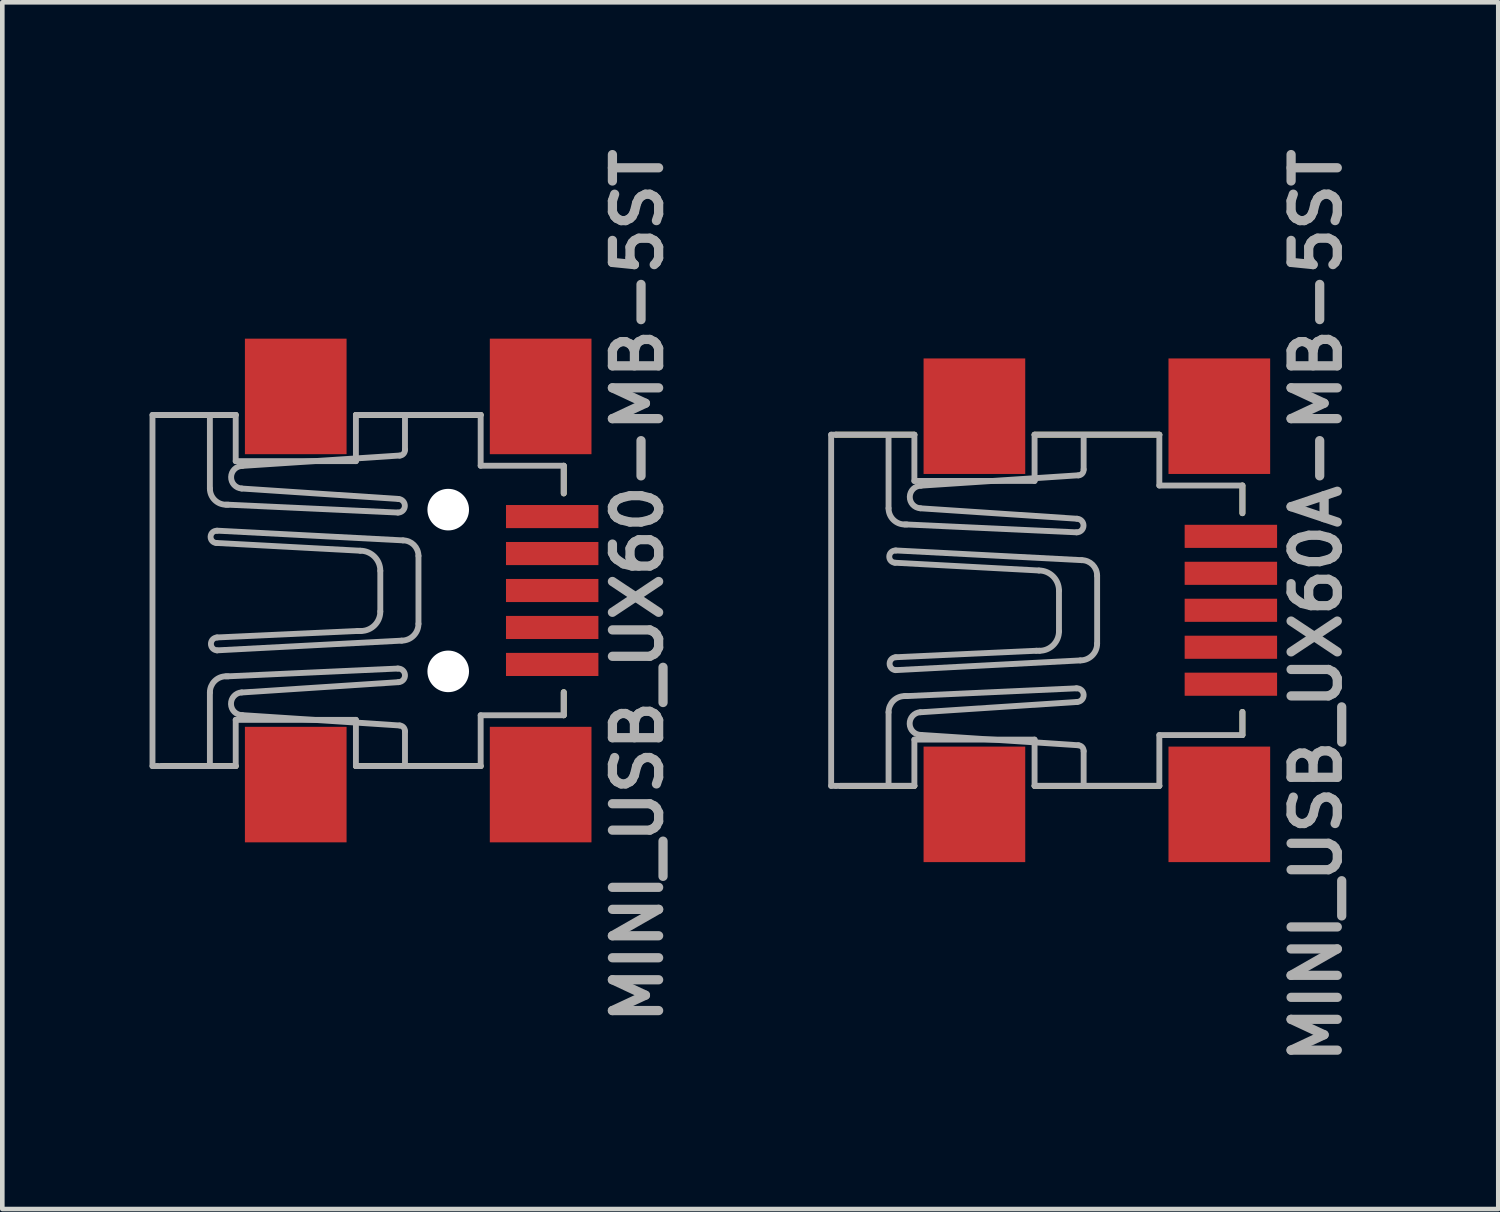
<source format=kicad_pcb>
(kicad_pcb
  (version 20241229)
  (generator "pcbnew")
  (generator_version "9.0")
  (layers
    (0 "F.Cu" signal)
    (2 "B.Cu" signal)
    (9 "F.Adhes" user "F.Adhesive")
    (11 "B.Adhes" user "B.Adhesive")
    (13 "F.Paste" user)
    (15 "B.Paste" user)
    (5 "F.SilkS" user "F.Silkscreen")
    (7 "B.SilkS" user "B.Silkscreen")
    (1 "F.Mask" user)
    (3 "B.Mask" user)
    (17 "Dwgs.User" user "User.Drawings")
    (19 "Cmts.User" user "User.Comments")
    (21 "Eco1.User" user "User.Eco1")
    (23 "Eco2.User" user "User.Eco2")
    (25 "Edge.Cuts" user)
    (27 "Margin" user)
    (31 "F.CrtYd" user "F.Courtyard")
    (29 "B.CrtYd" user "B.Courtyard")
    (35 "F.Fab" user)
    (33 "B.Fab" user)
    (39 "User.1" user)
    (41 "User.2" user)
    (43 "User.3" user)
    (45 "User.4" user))
  (footprint "MINI_USB_UX60-MB-5ST"
    (layer "F.Cu")
    (at 0.25 9.729)
    (property "Reference" "MINI_USB_UX60-MB-5ST" (at 10.501 -0.1 90) (layer "F.Fab") (effects (font (size 1 1) (thickness 0.2))))
    (attr smd)
    (fp_line (start 0.102 -3.8) (end 1.801 -3.8) (stroke (width 0.127) (type solid)) (layer "F.SilkS"))
    (fp_line (start 1.801 3.8) (end 0.201 3.8) (stroke (width 0.127) (type solid)) (layer "F.SilkS"))
    (fp_line (start 4.402 -3.8) (end 7.102 -3.8) (stroke (width 0.127) (type solid)) (layer "F.SilkS"))
    (fp_line (start 7.102 3.8) (end 4.402 3.8) (stroke (width 0.127) (type solid)) (layer "F.SilkS"))
    (fp_line (start 8.9 -2.7) (end 8.9 -2.101) (stroke (width 0.127) (type solid)) (layer "F.SilkS"))
    (fp_line (start 8.9 2.2) (end 8.9 2.7) (stroke (width 0.127) (type solid)) (layer "F.SilkS"))
    (fp_line (start 0 -3.8) (end 0 3.8) (stroke (width 0.127) (type solid)) (layer "F.Fab"))
    (fp_line (start 0 3.8) (end 0.102 3.8) (stroke (width 0.127) (type solid)) (layer "F.Fab"))
    (fp_line (start 0.102 -3.8) (end 0 -3.8) (stroke (width 0.127) (type solid)) (layer "F.Fab"))
    (fp_line (start 0.102 -3.8) (end 1.801 -3.8) (stroke (width 0.127) (type solid)) (layer "F.Fab"))
    (fp_line (start 0.201 3.8) (end 0.102 3.8) (stroke (width 0.127) (type solid)) (layer "F.Fab"))
    (fp_line (start 1.242 -3.749) (end 1.242 -2.207) (stroke (width 0.127) (type solid)) (layer "F.Fab"))
    (fp_line (start 1.242 3.749) (end 1.242 2.207) (stroke (width 0.127) (type solid)) (layer "F.Fab"))
    (fp_line (start 1.382 -1.029) (end 4.496 -0.861) (stroke (width 0.127) (type solid)) (layer "F.Fab"))
    (fp_line (start 1.397 1.295) (end 5.392 1.085) (stroke (width 0.127) (type solid)) (layer "F.Fab"))
    (fp_line (start 1.593 -1.857) (end 1.636 -1.857) (stroke (width 0.127) (type solid)) (layer "F.Fab"))
    (fp_line (start 1.593 1.857) (end 1.636 1.857) (stroke (width 0.127) (type solid)) (layer "F.Fab"))
    (fp_line (start 1.636 -1.857) (end 5.309 -1.687) (stroke (width 0.127) (type solid)) (layer "F.Fab"))
    (fp_line (start 1.636 1.857) (end 5.309 1.689) (stroke (width 0.127) (type solid)) (layer "F.Fab"))
    (fp_line (start 1.801 -3.8) (end 1.801 -2.799) (stroke (width 0.127) (type solid)) (layer "F.Fab"))
    (fp_line (start 1.801 -2.799) (end 4.402 -2.799) (stroke (width 0.127) (type solid)) (layer "F.Fab"))
    (fp_line (start 1.801 2.799) (end 1.801 3.8) (stroke (width 0.127) (type solid)) (layer "F.Fab"))
    (fp_line (start 1.801 3.8) (end 0.201 3.8) (stroke (width 0.127) (type solid)) (layer "F.Fab"))
    (fp_line (start 1.943 -2.697) (end 5.349 -2.921) (stroke (width 0.127) (type solid)) (layer "F.Fab"))
    (fp_line (start 1.943 2.697) (end 5.349 2.921) (stroke (width 0.127) (type solid)) (layer "F.Fab"))
    (fp_line (start 4.402 -3.8) (end 7.102 -3.8) (stroke (width 0.127) (type solid)) (layer "F.Fab"))
    (fp_line (start 4.402 -2.799) (end 4.402 -3.8) (stroke (width 0.127) (type solid)) (layer "F.Fab"))
    (fp_line (start 4.402 2.799) (end 1.801 2.799) (stroke (width 0.127) (type solid)) (layer "F.Fab"))
    (fp_line (start 4.402 3.8) (end 4.402 2.799) (stroke (width 0.127) (type solid)) (layer "F.Fab"))
    (fp_line (start 4.44 0.876) (end 1.397 1.016) (stroke (width 0.127) (type solid)) (layer "F.Fab"))
    (fp_line (start 4.508 0.876) (end 4.44 0.876) (stroke (width 0.127) (type solid)) (layer "F.Fab"))
    (fp_line (start 4.93 -0.427) (end 4.93 0.455) (stroke (width 0.127) (type solid)) (layer "F.Fab"))
    (fp_line (start 5.321 -1.981) (end 1.93 -2.207) (stroke (width 0.127) (type solid)) (layer "F.Fab"))
    (fp_line (start 5.321 1.984) (end 1.93 2.207) (stroke (width 0.127) (type solid)) (layer "F.Fab"))
    (fp_line (start 5.42 -1.085) (end 1.397 -1.295) (stroke (width 0.127) (type solid)) (layer "F.Fab"))
    (fp_line (start 5.464 -3.048) (end 5.464 -3.749) (stroke (width 0.127) (type solid)) (layer "F.Fab"))
    (fp_line (start 5.464 3.048) (end 5.464 3.749) (stroke (width 0.127) (type solid)) (layer "F.Fab"))
    (fp_line (start 5.756 0.721) (end 5.756 -0.749) (stroke (width 0.127) (type solid)) (layer "F.Fab"))
    (fp_line (start 7.102 -3.8) (end 7.102 -2.7) (stroke (width 0.127) (type solid)) (layer "F.Fab"))
    (fp_line (start 7.102 -2.7) (end 8.9 -2.7) (stroke (width 0.127) (type solid)) (layer "F.Fab"))
    (fp_line (start 7.102 2.7) (end 7.102 3.8) (stroke (width 0.127) (type solid)) (layer "F.Fab"))
    (fp_line (start 7.102 3.8) (end 4.402 3.8) (stroke (width 0.127) (type solid)) (layer "F.Fab"))
    (fp_line (start 8.9 -2.7) (end 8.9 -2.101) (stroke (width 0.127) (type solid)) (layer "F.Fab"))
    (fp_line (start 8.9 2.2) (end 8.9 2.7) (stroke (width 0.127) (type solid)) (layer "F.Fab"))
    (fp_line (start 8.9 2.7) (end 7.102 2.7) (stroke (width 0.127) (type solid)) (layer "F.Fab"))
    (fp_arc (start 1.24206 2.20726) (mid 1.344509 1.959621) (end 1.591968 1.856741) (stroke (width 0.127) (type solid)) (layer "F.Fab"))
    (fp_arc (start 1.38176 -1.0287) (mid 1.2573 -1.1684) (end 1.397 -1.29286) (stroke (width 0.127) (type solid)) (layer "F.Fab"))
    (fp_arc (start 1.397 1.2954) (mid 1.264716 1.154669) (end 1.399059 1.015903) (stroke (width 0.127) (type solid)) (layer "F.Fab"))
    (fp_arc (start 1.59258 -1.85674) (mid 1.344725 -1.959405) (end 1.24206 -2.20726) (stroke (width 0.127) (type solid)) (layer "F.Fab"))
    (fp_arc (start 1.9304 -2.20726) (mid 1.7014 -2.457181) (end 1.942554 -2.695396) (stroke (width 0.127) (type solid)) (layer "F.Fab"))
    (fp_arc (start 1.9431 2.69748) (mid 1.699338 2.457805) (end 1.9297 2.205223) (stroke (width 0.127) (type solid)) (layer "F.Fab"))
    (fp_arc (start 4.4958 -0.86106) (mid 4.802925 -0.733845) (end 4.93014 -0.42672) (stroke (width 0.127) (type solid)) (layer "F.Fab"))
    (fp_arc (start 4.93014 0.45466) (mid 4.806645 0.752805) (end 4.5085 0.8763) (stroke (width 0.127) (type solid)) (layer "F.Fab"))
    (fp_arc (start 5.3086 1.6891) (mid 5.46352 1.828414) (end 5.324611 1.983698) (stroke (width 0.127) (type solid)) (layer "F.Fab"))
    (fp_arc (start 5.3213 -1.9812) (mid 5.463553 -1.829185) (end 5.311911 -1.686535) (stroke (width 0.127) (type solid)) (layer "F.Fab"))
    (fp_arc (start 5.34924 2.921) (mid 5.432581 2.961381) (end 5.463645 3.048624) (stroke (width 0.127) (type solid)) (layer "F.Fab"))
    (fp_arc (start 5.42036 -1.08458) (mid 5.657232 -0.986586) (end 5.755639 -0.749885) (stroke (width 0.127) (type solid)) (layer "F.Fab"))
    (fp_arc (start 5.46354 -3.048) (mid 5.433851 -2.96028) (end 5.351154 -2.918595) (stroke (width 0.127) (type solid)) (layer "F.Fab"))
    (fp_arc (start 5.75564 0.72136) (mid 5.649255 0.978195) (end 5.39242 1.08458) (stroke (width 0.127) (type solid)) (layer "F.Fab"))
    (pad "" np_thru_hole circle (at 6.4 -1.75) (size 0.9 0.9) (drill 0.9) (layers "*.Cu"))
    (pad "" np_thru_hole circle (at 6.4 1.75) (size 0.9 0.9) (drill 0.9) (layers "*.Cu"))
    (pad "1" smd rect (at 8.65 -1.6) (size 2 0.5) (layers "F.Cu" "F.Mask" "F.Paste"))
    (pad "2" smd rect (at 8.65 -0.8) (size 2 0.5) (layers "F.Cu" "F.Mask" "F.Paste"))
    (pad "3" smd rect (at 8.65 0) (size 2 0.5) (layers "F.Cu" "F.Mask" "F.Paste"))
    (pad "4" smd rect (at 8.65 0.8) (size 2 0.5) (layers "F.Cu" "F.Mask" "F.Paste"))
    (pad "5" smd rect (at 8.65 1.6) (size 2 0.5) (layers "F.Cu" "F.Mask" "F.Paste"))
    (pad "6" smd rect (at 3.1 -4.2) (size 2.2 2.5) (layers "F.Cu" "F.Mask" "F.Paste"))
    (pad "6" smd rect (at 3.1 4.2) (size 2.2 2.5) (layers "F.Cu" "F.Mask" "F.Paste"))
    (pad "6" smd rect (at 8.4 -4.2) (size 2.2 2.5) (layers "F.Cu" "F.Mask" "F.Paste"))
    (pad "6" smd rect (at 8.4 4.2) (size 2.2 2.5) (layers "F.Cu" "F.Mask" "F.Paste")))
  (footprint "MINI_USB_UX60A-MB-5ST"
    (layer "F.Cu")
    (at 14.937 10.157)
    (property "Reference" "MINI_USB_UX60A-MB-5ST" (at 10.501 -0.1 90) (layer "F.Fab") (effects (font (size 1 1) (thickness 0.2))))
    (attr smd)
    (fp_line (start 0.102 -3.8) (end 1.801 -3.8) (stroke (width 0.127) (type solid)) (layer "F.SilkS"))
    (fp_line (start 1.801 3.8) (end 0.201 3.8) (stroke (width 0.127) (type solid)) (layer "F.SilkS"))
    (fp_line (start 4.402 -3.8) (end 7.102 -3.8) (stroke (width 0.127) (type solid)) (layer "F.SilkS"))
    (fp_line (start 7.102 3.8) (end 4.402 3.8) (stroke (width 0.127) (type solid)) (layer "F.SilkS"))
    (fp_line (start 8.9 -2.7) (end 8.9 -2.101) (stroke (width 0.127) (type solid)) (layer "F.SilkS"))
    (fp_line (start 8.9 2.2) (end 8.9 2.7) (stroke (width 0.127) (type solid)) (layer "F.SilkS"))
    (fp_line (start 0 -3.8) (end 0 3.8) (stroke (width 0.127) (type solid)) (layer "F.Fab"))
    (fp_line (start 0 3.8) (end 0.102 3.8) (stroke (width 0.127) (type solid)) (layer "F.Fab"))
    (fp_line (start 0.102 -3.8) (end 0 -3.8) (stroke (width 0.127) (type solid)) (layer "F.Fab"))
    (fp_line (start 0.102 -3.8) (end 1.801 -3.8) (stroke (width 0.127) (type solid)) (layer "F.Fab"))
    (fp_line (start 0.201 3.8) (end 0.102 3.8) (stroke (width 0.127) (type solid)) (layer "F.Fab"))
    (fp_line (start 1.242 -3.749) (end 1.242 -2.207) (stroke (width 0.127) (type solid)) (layer "F.Fab"))
    (fp_line (start 1.242 3.749) (end 1.242 2.207) (stroke (width 0.127) (type solid)) (layer "F.Fab"))
    (fp_line (start 1.382 -1.029) (end 4.496 -0.861) (stroke (width 0.127) (type solid)) (layer "F.Fab"))
    (fp_line (start 1.397 1.295) (end 5.392 1.085) (stroke (width 0.127) (type solid)) (layer "F.Fab"))
    (fp_line (start 1.593 -1.857) (end 1.636 -1.857) (stroke (width 0.127) (type solid)) (layer "F.Fab"))
    (fp_line (start 1.593 1.857) (end 1.636 1.857) (stroke (width 0.127) (type solid)) (layer "F.Fab"))
    (fp_line (start 1.636 -1.857) (end 5.309 -1.687) (stroke (width 0.127) (type solid)) (layer "F.Fab"))
    (fp_line (start 1.636 1.857) (end 5.309 1.689) (stroke (width 0.127) (type solid)) (layer "F.Fab"))
    (fp_line (start 1.801 -3.8) (end 1.801 -2.799) (stroke (width 0.127) (type solid)) (layer "F.Fab"))
    (fp_line (start 1.801 -2.799) (end 4.402 -2.799) (stroke (width 0.127) (type solid)) (layer "F.Fab"))
    (fp_line (start 1.801 2.799) (end 1.801 3.8) (stroke (width 0.127) (type solid)) (layer "F.Fab"))
    (fp_line (start 1.801 3.8) (end 0.201 3.8) (stroke (width 0.127) (type solid)) (layer "F.Fab"))
    (fp_line (start 1.943 -2.697) (end 5.349 -2.921) (stroke (width 0.127) (type solid)) (layer "F.Fab"))
    (fp_line (start 1.943 2.697) (end 5.349 2.921) (stroke (width 0.127) (type solid)) (layer "F.Fab"))
    (fp_line (start 4.402 -3.8) (end 7.102 -3.8) (stroke (width 0.127) (type solid)) (layer "F.Fab"))
    (fp_line (start 4.402 -2.799) (end 4.402 -3.8) (stroke (width 0.127) (type solid)) (layer "F.Fab"))
    (fp_line (start 4.402 2.799) (end 1.801 2.799) (stroke (width 0.127) (type solid)) (layer "F.Fab"))
    (fp_line (start 4.402 3.8) (end 4.402 2.799) (stroke (width 0.127) (type solid)) (layer "F.Fab"))
    (fp_line (start 4.44 0.876) (end 1.397 1.016) (stroke (width 0.127) (type solid)) (layer "F.Fab"))
    (fp_line (start 4.508 0.876) (end 4.44 0.876) (stroke (width 0.127) (type solid)) (layer "F.Fab"))
    (fp_line (start 4.93 -0.427) (end 4.93 0.455) (stroke (width 0.127) (type solid)) (layer "F.Fab"))
    (fp_line (start 5.321 -1.981) (end 1.93 -2.207) (stroke (width 0.127) (type solid)) (layer "F.Fab"))
    (fp_line (start 5.321 1.984) (end 1.93 2.207) (stroke (width 0.127) (type solid)) (layer "F.Fab"))
    (fp_line (start 5.42 -1.085) (end 1.397 -1.295) (stroke (width 0.127) (type solid)) (layer "F.Fab"))
    (fp_line (start 5.464 -3.048) (end 5.464 -3.749) (stroke (width 0.127) (type solid)) (layer "F.Fab"))
    (fp_line (start 5.464 3.048) (end 5.464 3.749) (stroke (width 0.127) (type solid)) (layer "F.Fab"))
    (fp_line (start 5.756 0.721) (end 5.756 -0.749) (stroke (width 0.127) (type solid)) (layer "F.Fab"))
    (fp_line (start 7.102 -3.8) (end 7.102 -2.7) (stroke (width 0.127) (type solid)) (layer "F.Fab"))
    (fp_line (start 7.102 -2.7) (end 8.9 -2.7) (stroke (width 0.127) (type solid)) (layer "F.Fab"))
    (fp_line (start 7.102 2.7) (end 7.102 3.8) (stroke (width 0.127) (type solid)) (layer "F.Fab"))
    (fp_line (start 7.102 3.8) (end 4.402 3.8) (stroke (width 0.127) (type solid)) (layer "F.Fab"))
    (fp_line (start 8.9 -2.7) (end 8.9 -2.101) (stroke (width 0.127) (type solid)) (layer "F.Fab"))
    (fp_line (start 8.9 2.2) (end 8.9 2.7) (stroke (width 0.127) (type solid)) (layer "F.Fab"))
    (fp_line (start 8.9 2.7) (end 7.102 2.7) (stroke (width 0.127) (type solid)) (layer "F.Fab"))
    (fp_arc (start 1.24206 2.20726) (mid 1.344509 1.959621) (end 1.591968 1.856741) (stroke (width 0.127) (type solid)) (layer "F.Fab"))
    (fp_arc (start 1.38176 -1.0287) (mid 1.2573 -1.1684) (end 1.397 -1.29286) (stroke (width 0.127) (type solid)) (layer "F.Fab"))
    (fp_arc (start 1.397 1.2954) (mid 1.264716 1.154669) (end 1.399059 1.015903) (stroke (width 0.127) (type solid)) (layer "F.Fab"))
    (fp_arc (start 1.59258 -1.85674) (mid 1.344725 -1.959405) (end 1.24206 -2.20726) (stroke (width 0.127) (type solid)) (layer "F.Fab"))
    (fp_arc (start 1.9304 -2.20726) (mid 1.7014 -2.457181) (end 1.942554 -2.695396) (stroke (width 0.127) (type solid)) (layer "F.Fab"))
    (fp_arc (start 1.9431 2.69748) (mid 1.699338 2.457805) (end 1.9297 2.205223) (stroke (width 0.127) (type solid)) (layer "F.Fab"))
    (fp_arc (start 4.4958 -0.86106) (mid 4.802925 -0.733845) (end 4.93014 -0.42672) (stroke (width 0.127) (type solid)) (layer "F.Fab"))
    (fp_arc (start 4.93014 0.45466) (mid 4.806645 0.752805) (end 4.5085 0.8763) (stroke (width 0.127) (type solid)) (layer "F.Fab"))
    (fp_arc (start 5.3086 1.6891) (mid 5.46352 1.828414) (end 5.324611 1.983698) (stroke (width 0.127) (type solid)) (layer "F.Fab"))
    (fp_arc (start 5.3213 -1.9812) (mid 5.463553 -1.829185) (end 5.311911 -1.686535) (stroke (width 0.127) (type solid)) (layer "F.Fab"))
    (fp_arc (start 5.34924 2.921) (mid 5.432581 2.961381) (end 5.463645 3.048624) (stroke (width 0.127) (type solid)) (layer "F.Fab"))
    (fp_arc (start 5.42036 -1.08458) (mid 5.657232 -0.986586) (end 5.755639 -0.749885) (stroke (width 0.127) (type solid)) (layer "F.Fab"))
    (fp_arc (start 5.46354 -3.048) (mid 5.433851 -2.96028) (end 5.351154 -2.918595) (stroke (width 0.127) (type solid)) (layer "F.Fab"))
    (fp_arc (start 5.75564 0.72136) (mid 5.649255 0.978195) (end 5.39242 1.08458) (stroke (width 0.127) (type solid)) (layer "F.Fab"))
    (pad "1" smd rect (at 8.65 -1.6) (size 2 0.5) (layers "F.Cu" "F.Mask" "F.Paste"))
    (pad "2" smd rect (at 8.65 -0.8) (size 2 0.5) (layers "F.Cu" "F.Mask" "F.Paste"))
    (pad "3" smd rect (at 8.65 0) (size 2 0.5) (layers "F.Cu" "F.Mask" "F.Paste"))
    (pad "4" smd rect (at 8.65 0.8) (size 2 0.5) (layers "F.Cu" "F.Mask" "F.Paste"))
    (pad "5" smd rect (at 8.65 1.6) (size 2 0.5) (layers "F.Cu" "F.Mask" "F.Paste"))
    (pad "6" smd rect (at 3.1 -4.2) (size 2.2 2.5) (layers "F.Cu" "F.Mask" "F.Paste"))
    (pad "6" smd rect (at 3.1 4.2) (size 2.2 2.5) (layers "F.Cu" "F.Mask" "F.Paste"))
    (pad "6" smd rect (at 8.4 -4.2) (size 2.2 2.5) (layers "F.Cu" "F.Mask" "F.Paste"))
    (pad "6" smd rect (at 8.4 4.2) (size 2.2 2.5) (layers "F.Cu" "F.Mask" "F.Paste")))
  (gr_rect
    (start -3 -3)
    (end 29.374 23.114)
    (stroke (width 0.1) (type default))
    (fill no)
    (layer "Edge.Cuts")))
</source>
